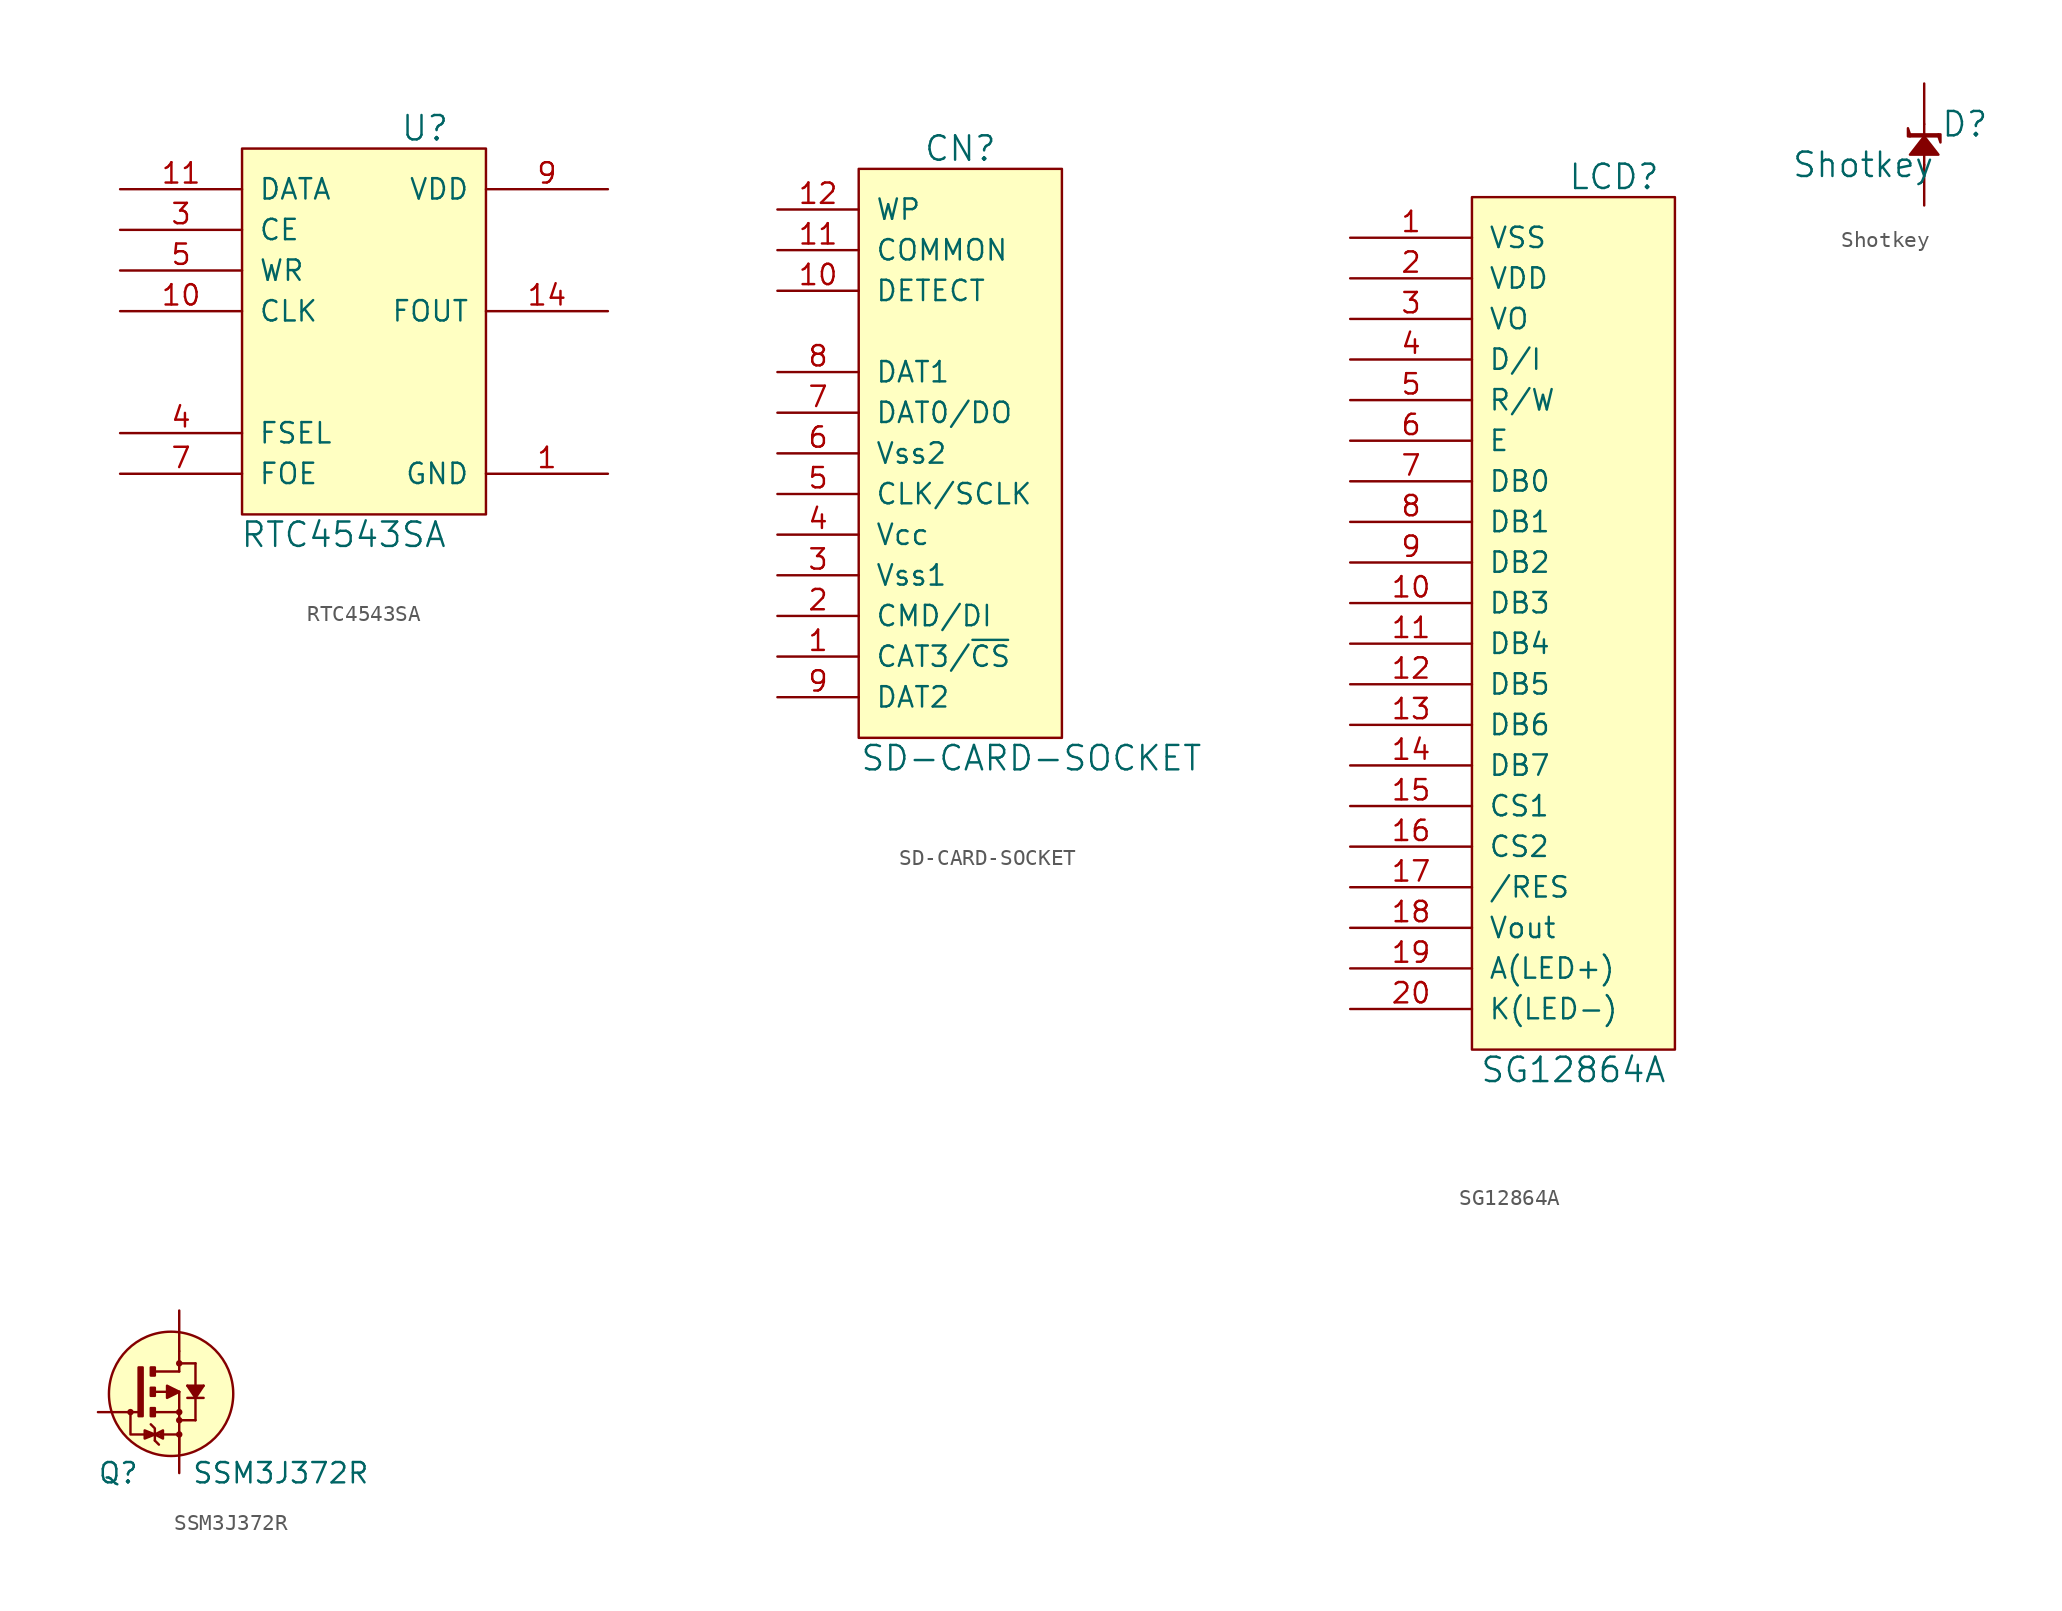
<source format=kicad_sym>
(kicad_symbol_lib
  (version 20220914)
  (generator kicad_symbol_editor)
  (symbol "RTC4543SA"
    (pin_names
      (offset 1.016))
    (property "Reference" "U"
      (at 3.81 12.7 0)
      (effects (font (size 1.524 1.524))))
    (property "Value" "RTC4543SA"
      (at -1.27 -12.7 0)
      (effects (font (size 1.524 1.524))))
    (property "Footprint" ""
      (at 0 0 0)
      (effects (font (size 1.524 1.524))))
    (property "Datasheet" ""
      (at 0 0 0)
      (effects (font (size 1.524 1.524))))
    (symbol "RTC4543SA_0_1"
      (rectangle (start -7.62 11.43) (end 7.62 -11.43) (stroke (width 0) (type default)) (fill (type background))))
    (symbol "RTC4543SA_1_1"
      (pin power_in line (at 15.24 -8.89 180) (length 7.62) (name "GND" (effects (font (size 1.27 1.27)))) (number "1" (effects (font (size 1.27 1.27)))))
      (pin input line (at -15.24 1.27 0) (length 7.62) (name "CLK" (effects (font (size 1.27 1.27)))) (number "10" (effects (font (size 1.27 1.27)))))
      (pin bidirectional line (at -15.24 8.89 0) (length 7.62) (name "DATA" (effects (font (size 1.27 1.27)))) (number "11" (effects (font (size 1.27 1.27)))))
      (pin output line (at 15.24 1.27 180) (length 7.62) (name "FOUT" (effects (font (size 1.27 1.27)))) (number "14" (effects (font (size 1.27 1.27)))))
      (pin input line (at -15.24 6.35 0) (length 7.62) (name "CE" (effects (font (size 1.27 1.27)))) (number "3" (effects (font (size 1.27 1.27)))))
      (pin input line (at -15.24 -6.35 0) (length 7.62) (name "FSEL" (effects (font (size 1.27 1.27)))) (number "4" (effects (font (size 1.27 1.27)))))
      (pin input line (at -15.24 3.81 0) (length 7.62) (name "WR" (effects (font (size 1.27 1.27)))) (number "5" (effects (font (size 1.27 1.27)))))
      (pin input line (at -15.24 -8.89 0) (length 7.62) (name "FOE" (effects (font (size 1.27 1.27)))) (number "7" (effects (font (size 1.27 1.27)))))
      (pin power_in line (at 15.24 8.89 180) (length 7.62) (name "VDD" (effects (font (size 1.27 1.27)))) (number "9" (effects (font (size 1.27 1.27)))))))
  (symbol "SD-CARD-SOCKET"
    (pin_names
      (offset 1.016))
    (property "Reference" "CN"
      (at 0 19.05 0)
      (effects (font (size 1.524 1.524))))
    (property "Value" "SD-CARD-SOCKET"
      (at 4.445 -19.05 0)
      (effects (font (size 1.524 1.524))))
    (property "Footprint" ""
      (at -1.905 -1.905 0)
      (effects (font (size 1.524 1.524))))
    (property "Datasheet" ""
      (at -1.905 -1.905 0)
      (effects (font (size 1.524 1.524))))
    (symbol "SD-CARD-SOCKET_0_1"
      (rectangle (start -6.35 17.78) (end 6.35 -17.78) (stroke (width 0) (type default)) (fill (type background))))
    (symbol "SD-CARD-SOCKET_1_1"
      (pin input line (at -11.43 -12.7 0) (length 5.08) (name "CAT3/~{CS}" (effects (font (size 1.27 1.27)))) (number "1" (effects (font (size 1.27 1.27)))))
      (pin input line (at -11.43 10.16 0) (length 5.08) (name "DETECT" (effects (font (size 1.27 1.27)))) (number "10" (effects (font (size 1.27 1.27)))))
      (pin input line (at -11.43 12.7 0) (length 5.08) (name "COMMON" (effects (font (size 1.27 1.27)))) (number "11" (effects (font (size 1.27 1.27)))))
      (pin input line (at -11.43 15.24 0) (length 5.08) (name "WP" (effects (font (size 1.27 1.27)))) (number "12" (effects (font (size 1.27 1.27)))))
      (pin input line (at -11.43 -10.16 0) (length 5.08) (name "CMD/DI" (effects (font (size 1.27 1.27)))) (number "2" (effects (font (size 1.27 1.27)))))
      (pin input line (at -11.43 -7.62 0) (length 5.08) (name "Vss1" (effects (font (size 1.27 1.27)))) (number "3" (effects (font (size 1.27 1.27)))))
      (pin input line (at -11.43 -5.08 0) (length 5.08) (name "Vcc" (effects (font (size 1.27 1.27)))) (number "4" (effects (font (size 1.27 1.27)))))
      (pin input line (at -11.43 -2.54 0) (length 5.08) (name "CLK/SCLK" (effects (font (size 1.27 1.27)))) (number "5" (effects (font (size 1.27 1.27)))))
      (pin input line (at -11.43 0 0) (length 5.08) (name "Vss2" (effects (font (size 1.27 1.27)))) (number "6" (effects (font (size 1.27 1.27)))))
      (pin input line (at -11.43 2.54 0) (length 5.08) (name "DAT0/DO" (effects (font (size 1.27 1.27)))) (number "7" (effects (font (size 1.27 1.27)))))
      (pin input line (at -11.43 5.08 0) (length 5.08) (name "DAT1" (effects (font (size 1.27 1.27)))) (number "8" (effects (font (size 1.27 1.27)))))
      (pin input line (at -11.43 -15.24 0) (length 5.08) (name "DAT2" (effects (font (size 1.27 1.27)))) (number "9" (effects (font (size 1.27 1.27)))))))
  (symbol "SG12864A"
    (pin_names
      (offset 1.016))
    (property "Reference" "LCD"
      (at 2.54 27.94 0)
      (effects (font (size 1.524 1.524))))
    (property "Value" "SG12864A"
      (at 0 -27.94 0)
      (effects (font (size 1.524 1.524))))
    (property "Footprint" ""
      (at 0 0 0)
      (effects (font (size 1.524 1.524))))
    (property "Datasheet" ""
      (at 0 0 0)
      (effects (font (size 1.524 1.524))))
    (symbol "SG12864A_0_1"
      (rectangle (start -6.35 26.67) (end 6.35 -26.67) (stroke (width 0) (type default)) (fill (type background))))
    (symbol "SG12864A_1_1"
      (pin power_in line (at -13.97 24.13 0) (length 7.62) (name "VSS" (effects (font (size 1.27 1.27)))) (number "1" (effects (font (size 1.27 1.27)))))
      (pin bidirectional line (at -13.97 1.27 0) (length 7.62) (name "DB3" (effects (font (size 1.27 1.27)))) (number "10" (effects (font (size 1.27 1.27)))))
      (pin bidirectional line (at -13.97 -1.27 0) (length 7.62) (name "DB4" (effects (font (size 1.27 1.27)))) (number "11" (effects (font (size 1.27 1.27)))))
      (pin bidirectional line (at -13.97 -3.81 0) (length 7.62) (name "DB5" (effects (font (size 1.27 1.27)))) (number "12" (effects (font (size 1.27 1.27)))))
      (pin bidirectional line (at -13.97 -6.35 0) (length 7.62) (name "DB6" (effects (font (size 1.27 1.27)))) (number "13" (effects (font (size 1.27 1.27)))))
      (pin bidirectional line (at -13.97 -8.89 0) (length 7.62) (name "DB7" (effects (font (size 1.27 1.27)))) (number "14" (effects (font (size 1.27 1.27)))))
      (pin input line (at -13.97 -11.43 0) (length 7.62) (name "CS1" (effects (font (size 1.27 1.27)))) (number "15" (effects (font (size 1.27 1.27)))))
      (pin input line (at -13.97 -13.97 0) (length 7.62) (name "CS2" (effects (font (size 1.27 1.27)))) (number "16" (effects (font (size 1.27 1.27)))))
      (pin input line (at -13.97 -16.51 0) (length 7.62) (name "/RES" (effects (font (size 1.27 1.27)))) (number "17" (effects (font (size 1.27 1.27)))))
      (pin output line (at -13.97 -19.05 0) (length 7.62) (name "Vout" (effects (font (size 1.27 1.27)))) (number "18" (effects (font (size 1.27 1.27)))))
      (pin input line (at -13.97 -21.59 0) (length 7.62) (name "A(LED+)" (effects (font (size 1.27 1.27)))) (number "19" (effects (font (size 1.27 1.27)))))
      (pin power_in line (at -13.97 21.59 0) (length 7.62) (name "VDD" (effects (font (size 1.27 1.27)))) (number "2" (effects (font (size 1.27 1.27)))))
      (pin input line (at -13.97 -24.13 0) (length 7.62) (name "K(LED-)" (effects (font (size 1.27 1.27)))) (number "20" (effects (font (size 1.27 1.27)))))
      (pin input line (at -13.97 19.05 0) (length 7.62) (name "VO" (effects (font (size 1.27 1.27)))) (number "3" (effects (font (size 1.27 1.27)))))
      (pin input line (at -13.97 16.51 0) (length 7.62) (name "D/I" (effects (font (size 1.27 1.27)))) (number "4" (effects (font (size 1.27 1.27)))))
      (pin input line (at -13.97 13.97 0) (length 7.62) (name "R/W" (effects (font (size 1.27 1.27)))) (number "5" (effects (font (size 1.27 1.27)))))
      (pin input line (at -13.97 11.43 0) (length 7.62) (name "E" (effects (font (size 1.27 1.27)))) (number "6" (effects (font (size 1.27 1.27)))))
      (pin bidirectional line (at -13.97 8.89 0) (length 7.62) (name "DB0" (effects (font (size 1.27 1.27)))) (number "7" (effects (font (size 1.27 1.27)))))
      (pin bidirectional line (at -13.97 6.35 0) (length 7.62) (name "DB1" (effects (font (size 1.27 1.27)))) (number "8" (effects (font (size 1.27 1.27)))))
      (pin bidirectional line (at -13.97 3.81 0) (length 7.62) (name "DB2" (effects (font (size 1.27 1.27)))) (number "9" (effects (font (size 1.27 1.27)))))))
  (symbol "Shotkey"
    (pin_numbers hide)
    (pin_names
      (offset 1.016))
    (property "Reference" "D"
      (at 2.54 1.27 0)
      (effects (font (size 1.524 1.524))))
    (property "Value" "Shotkey"
      (at -3.81 -1.27 0)
      (effects (font (size 1.524 1.524))))
    (property "Footprint" ""
      (at -0.127 -0.889 90)
      (effects (font (size 1.524 1.524))))
    (property "Datasheet" ""
      (at -0.127 -0.889 90)
      (effects (font (size 1.524 1.524))))
    (symbol "Shotkey_0_1"
      (rectangle (start -0.889 0.635) (end 0.889 0.508) (stroke (width 0) (type default)) (fill (type none)))
      (polyline (pts (xy 0 -1.27) (xy 0 -0.635)) (stroke (width 0) (type default)) (fill (type none)))
      (polyline (pts (xy 0 1.27) (xy 0 0.635)) (stroke (width 0) (type default)) (fill (type none)))
      (polyline (pts (xy -0.889 0.508) (xy -1.016 0.508) (xy -1.016 1.016) (xy -0.889 0.635)) (stroke (width 0) (type default)) (fill (type none)))
      (polyline (pts (xy 0 0.508) (xy -0.889 -0.635) (xy 0.889 -0.635) (xy 0 0.508)) (stroke (width 0) (type default)) (fill (type outline)))
      (polyline (pts (xy 0.889 0.635) (xy 1.016 0.635) (xy 1.016 0.127) (xy 0.889 0.508)) (stroke (width 0) (type default)) (fill (type none))))
    (symbol "Shotkey_1_1"
      (pin passive line (at 0 3.81 270) (length 2.54) (name "~" (effects (font (size 1.27 1.27)))) (number "1" (effects (font (size 1.27 1.27)))))
      (pin passive line (at 0 -3.81 90) (length 2.54) (name "~" (effects (font (size 1.27 1.27)))) (number "2" (effects (font (size 1.27 1.27)))))))
  (symbol "SSM3J372R"
    (pin_numbers hide)
    (pin_names hide)
    (property "Reference" "Q"
      (at -3.81 -3.81 0)
      (effects (font (size 1.27 1.27))))
    (property "Value" "SSM3J372R"
      (at 6.35 -3.81 0)
      (effects (font (size 1.27 1.27))))
    (symbol "SSM3J372R_0_1"
      (circle (center -3.048 0) (radius 0.127) (stroke (width 0) (type default)) (fill (type none)))
      (rectangle (start -2.286 -0.254) (end -2.54 2.794) (stroke (width 0) (type default)) (fill (type outline)))
      (rectangle (start -1.778 -0.254) (end -1.524 0.254) (stroke (width 0) (type default)) (fill (type outline)))
      (rectangle (start -1.778 1.016) (end -1.524 1.524) (stroke (width 0) (type default)) (fill (type outline)))
      (rectangle (start -1.778 2.286) (end -1.524 2.794) (stroke (width 0) (type default)) (fill (type outline)))
      (circle (center -0.508 1.143) (radius 3.885) (stroke (width 0) (type default)) (fill (type background)))
      (circle (center 0 -1.397) (radius 0.127) (stroke (width 0) (type default)) (fill (type none)))
      (circle (center 0 -0.508) (radius 0.127) (stroke (width 0) (type default)) (fill (type none)))
      (polyline (pts (xy -2.032 -1.524) (xy -2.032 -1.27)) (stroke (width 0) (type default)) (fill (type none)))
      (polyline (pts (xy -1.905 -1.524) (xy -1.905 -1.27)) (stroke (width 0) (type default)) (fill (type none)))
      (polyline (pts (xy -1.524 -1.778) (xy -1.27 -2.032)) (stroke (width 0) (type default)) (fill (type none)))
      (polyline (pts (xy -1.143 -1.524) (xy -1.143 -1.27)) (stroke (width 0) (type default)) (fill (type none)))
      (polyline (pts (xy 0 0) (xy 0 -2.54)) (stroke (width 0) (type default)) (fill (type none)))
      (polyline (pts (xy 0 1.27) (xy -1.549 1.27)) (stroke (width 0) (type default)) (fill (type none)))
      (polyline (pts (xy 0 1.27) (xy 0 0)) (stroke (width 0) (type default)) (fill (type none)))
      (polyline (pts (xy 0 2.54) (xy 0 3.81)) (stroke (width 0) (type default)) (fill (type none)))
      (polyline (pts (xy 1.524 0.889) (xy 0.508 0.889)) (stroke (width 0) (type default)) (fill (type none)))
      (polyline (pts (xy -1.524 -1.778) (xy -1.524 -1.016) (xy -1.778 -0.762)) (stroke (width 0) (type default)) (fill (type none)))
      (polyline (pts (xy -1.524 0) (xy 0 0) (xy 0 0)) (stroke (width 0) (type default)) (fill (type none)))
      (polyline (pts (xy -1.524 2.54) (xy 0 2.54) (xy 0 2.54)) (stroke (width 0) (type default)) (fill (type none)))
      (polyline (pts (xy 0 -1.397) (xy -3.048 -1.397) (xy -3.048 0)) (stroke (width 0) (type default)) (fill (type none)))
      (polyline (pts (xy 0 3.048) (xy 1.016 3.048) (xy 1.016 3.048)) (stroke (width 0) (type default)) (fill (type none)))
      (polyline (pts (xy 0.508 1.651) (xy 1.524 1.651) (xy 1.524 1.651)) (stroke (width 0) (type default)) (fill (type outline)))
      (polyline (pts (xy 1.016 -0.508) (xy 1.016 3.048) (xy 1.016 3.048)) (stroke (width 0) (type default)) (fill (type outline)))
      (polyline (pts (xy 1.524 1.651) (xy 1.016 0.889) (xy 0.508 1.651)) (stroke (width 0) (type default)) (fill (type outline)))
      (polyline (pts (xy -2.159 -1.651) (xy -2.159 -1.143) (xy -1.524 -1.397) (xy -2.159 -1.651)) (stroke (width 0) (type default)) (fill (type none)))
      (polyline (pts (xy -1.524 -1.397) (xy -1.016 -1.651) (xy -1.016 -1.143) (xy -1.524 -1.397)) (stroke (width 0) (type default)) (fill (type none)))
      (polyline (pts (xy 0 1.27) (xy -0.762 1.651) (xy -0.762 0.889) (xy 0 1.27)) (stroke (width 0) (type default)) (fill (type outline)))
      (polyline (pts (xy 0 -0.508) (xy 1.016 -0.508) (xy 1.016 -0.508) (xy 1.016 -0.508) (xy 1.016 -0.508)) (stroke (width 0) (type default)) (fill (type none)))
      (circle (center 0 0) (radius 0.127) (stroke (width 0) (type default)) (fill (type none)))
      (circle (center 0 3.048) (radius 0.127) (stroke (width 0) (type default)) (fill (type none))))
    (symbol "SSM3J372R_1_1"
      (pin passive line (at -5.08 0 0) (length 2.54) (name "G" (effects (font (size 1.27 1.27)))) (number "1" (effects (font (size 1.27 1.27)))))
      (pin passive line (at 0 -3.81 90) (length 2.54) (name "S" (effects (font (size 1.27 1.27)))) (number "2" (effects (font (size 1.27 1.27)))))
      (pin passive line (at 0 6.35 270) (length 2.54) (name "D" (effects (font (size 1.27 1.27)))) (number "3" (effects (font (size 1.27 1.27))))))))
</source>
